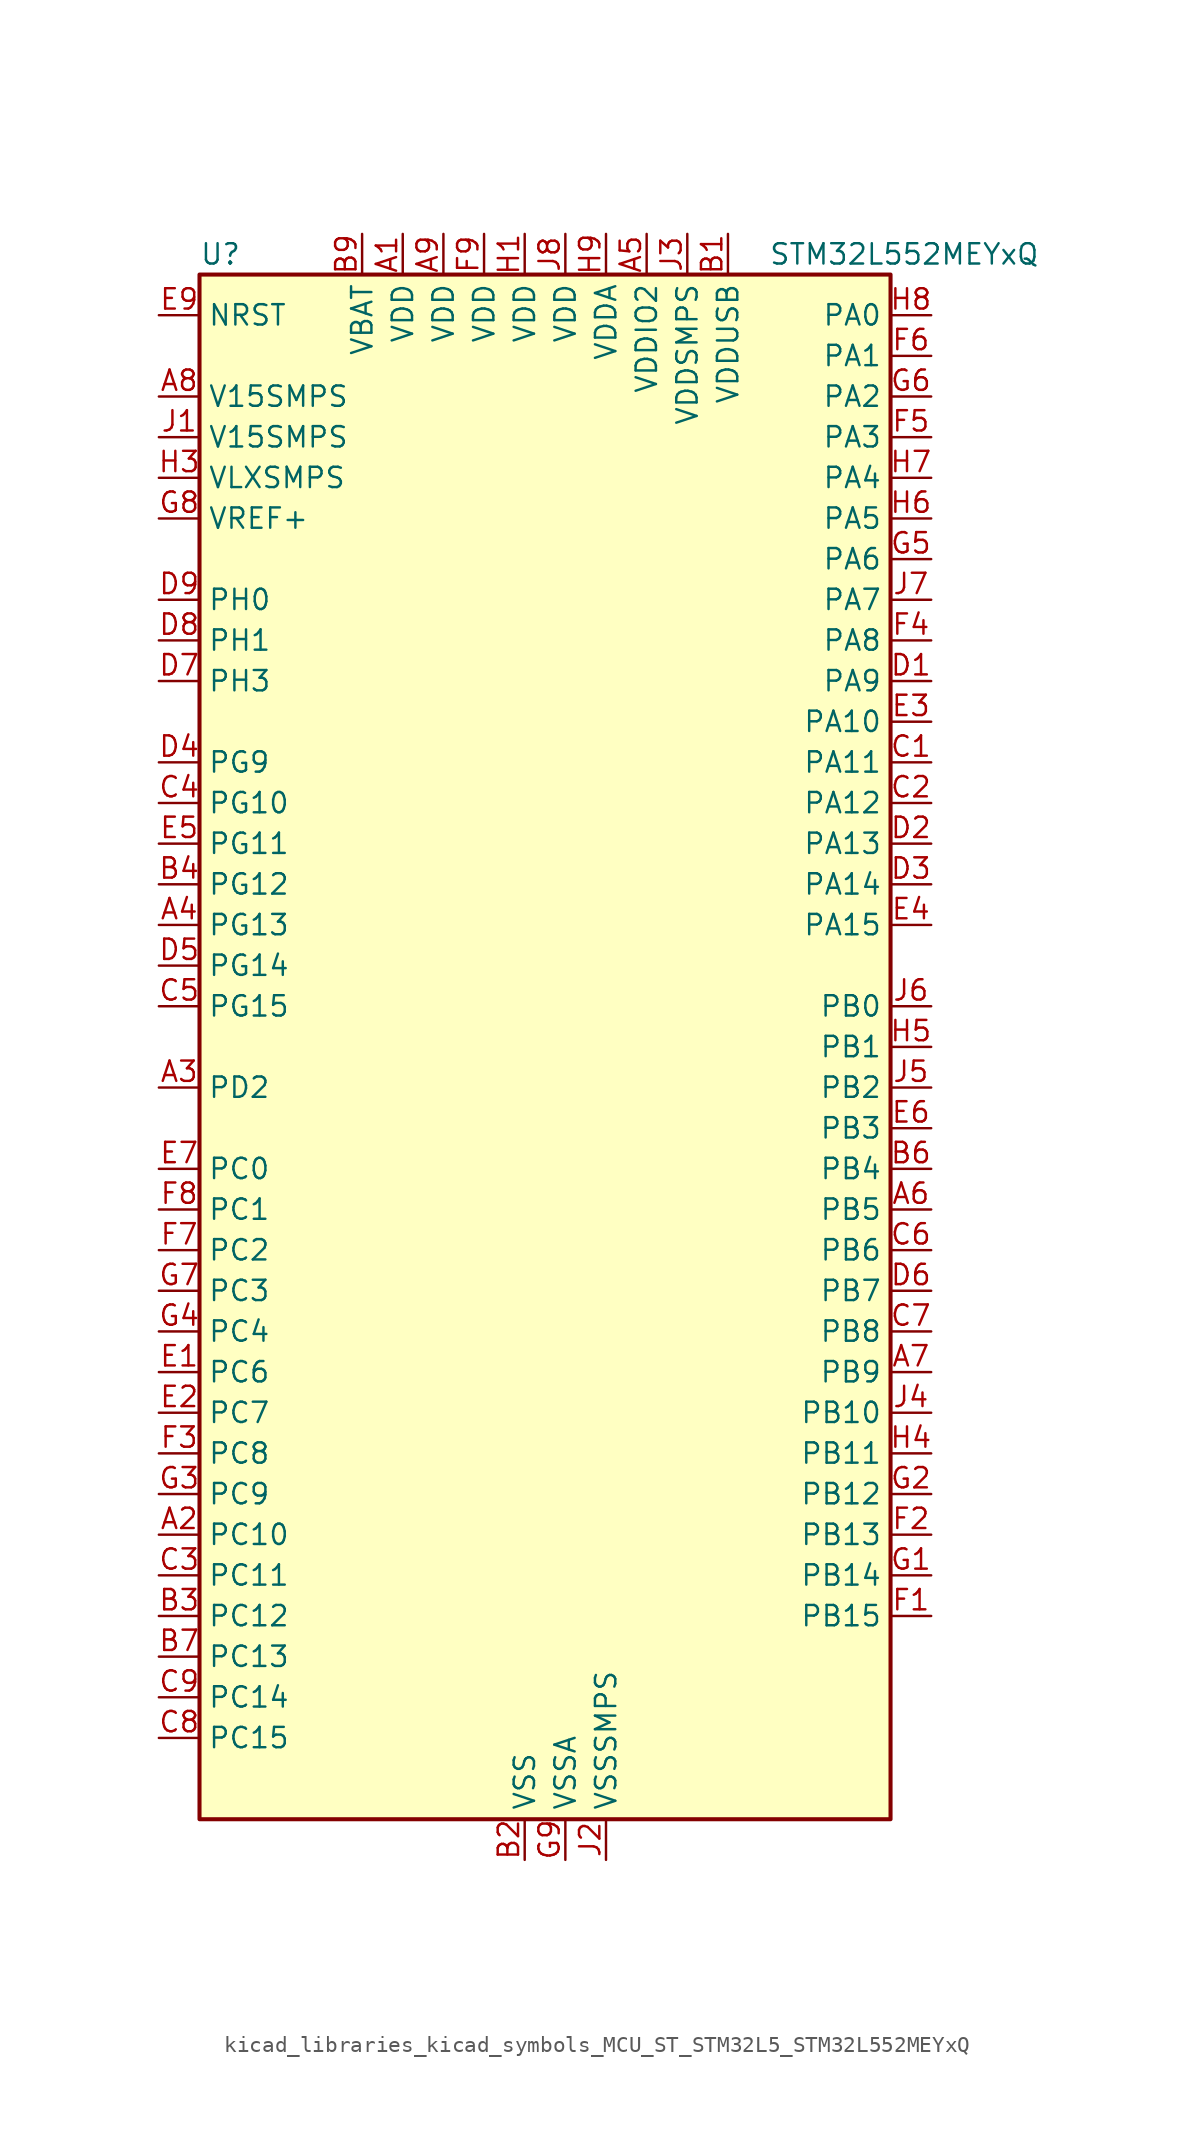
<source format=kicad_sym>
(kicad_symbol_lib
  (version 20220914)
  (generator kicad_symbol_editor)
  (symbol "kicad_libraries_kicad_symbols_MCU_ST_STM32L5_STM32L552MEYxQ"
    (property "Reference" "U"
      (at -20.32 49.53 0)
      (effects (font (size 1.27 1.27)) (justify left)))
    (property "Value" "STM32L552MEYxQ"
      (at 15.24 49.53 0)
      (effects (font (size 1.27 1.27)) (justify left)))
    (property "ki_locked" ""
      (at 0 0 0)
      (effects (font (size 1.27 1.27))))
    (symbol "kicad_libraries_kicad_symbols_MCU_ST_STM32L5_STM32L552MEYxQ_0_1"
      (rectangle (start -20.32 -48.26) (end 22.86 48.26) (stroke (width 0.254) (type default)) (fill (type background))))
    (symbol "kicad_libraries_kicad_symbols_MCU_ST_STM32L5_STM32L552MEYxQ_1_1"
      (pin power_in line (at -7.62 50.8 270) (length 2.54) (name "VDD" (effects (font (size 1.27 1.27)))) (number "A1" (effects (font (size 1.27 1.27)))))
      (pin bidirectional line (at -22.86 -30.48 0) (length 2.54) (name "PC10" (effects (font (size 1.27 1.27)))) (number "A2" (effects (font (size 1.27 1.27)))) (alternate "DEBUG_TRACED1" bidirectional line) (alternate "LPTIM3_ETR" bidirectional line) (alternate "SAI2_SCK_B" bidirectional line) (alternate "SDMMC1_D2" bidirectional line) (alternate "SPI3_SCK" bidirectional line) (alternate "TSC_G3_IO2" bidirectional line) (alternate "UART4_TX" bidirectional line) (alternate "USART3_TX" bidirectional line))
      (pin bidirectional line (at -22.86 -2.54 0) (length 2.54) (name "PD2" (effects (font (size 1.27 1.27)))) (number "A3" (effects (font (size 1.27 1.27)))) (alternate "DEBUG_TRACED2" bidirectional line) (alternate "SDMMC1_CMD" bidirectional line) (alternate "TIM3_ETR" bidirectional line) (alternate "TSC_SYNC" bidirectional line) (alternate "UART5_RX" bidirectional line) (alternate "USART3_DE" bidirectional line) (alternate "USART3_RTS" bidirectional line))
      (pin bidirectional line (at -22.86 7.62 0) (length 2.54) (name "PG13" (effects (font (size 1.27 1.27)))) (number "A4" (effects (font (size 1.27 1.27)))) (alternate "I2C1_SDA" bidirectional line) (alternate "USART1_CK" bidirectional line))
      (pin power_in line (at 7.62 50.8 270) (length 2.54) (name "VDDIO2" (effects (font (size 1.27 1.27)))) (number "A5" (effects (font (size 1.27 1.27)))))
      (pin bidirectional line (at 25.4 -10.16 180) (length 2.54) (name "PB5" (effects (font (size 1.27 1.27)))) (number "A6" (effects (font (size 1.27 1.27)))) (alternate "COMP2_OUT" bidirectional line) (alternate "I2C1_SMBA" bidirectional line) (alternate "LPTIM1_IN1" bidirectional line) (alternate "OCTOSPI1_NCLK" bidirectional line) (alternate "SAI1_SD_B" bidirectional line) (alternate "SPI1_MOSI" bidirectional line) (alternate "SPI3_MOSI" bidirectional line) (alternate "TIM16_BKIN" bidirectional line) (alternate "TIM3_CH2" bidirectional line) (alternate "TSC_G2_IO2" bidirectional line) (alternate "UART5_CTS" bidirectional line) (alternate "UCPD1_DBCC1" bidirectional line) (alternate "USART1_CK" bidirectional line))
      (pin bidirectional line (at 25.4 -20.32 180) (length 2.54) (name "PB9" (effects (font (size 1.27 1.27)))) (number "A7" (effects (font (size 1.27 1.27)))) (alternate "DAC1_EXTI9" bidirectional line) (alternate "FDCAN1_TX" bidirectional line) (alternate "I2C1_SDA" bidirectional line) (alternate "IR_OUT" bidirectional line) (alternate "SAI1_D2" bidirectional line) (alternate "SAI1_FS_A" bidirectional line) (alternate "SDMMC1_CDIR" bidirectional line) (alternate "SDMMC1_D5" bidirectional line) (alternate "SPI2_NSS" bidirectional line) (alternate "TIM17_CH1" bidirectional line) (alternate "TIM4_CH4" bidirectional line))
      (pin power_in line (at -22.86 40.64 0) (length 2.54) (name "V15SMPS" (effects (font (size 1.27 1.27)))) (number "A8" (effects (font (size 1.27 1.27)))))
      (pin power_in line (at -5.08 50.8 270) (length 2.54) (name "VDD" (effects (font (size 1.27 1.27)))) (number "A9" (effects (font (size 1.27 1.27)))))
      (pin power_in line (at 12.7 50.8 270) (length 2.54) (name "VDDUSB" (effects (font (size 1.27 1.27)))) (number "B1" (effects (font (size 1.27 1.27)))))
      (pin power_in line (at 0 -50.8 90) (length 2.54) (name "VSS" (effects (font (size 1.27 1.27)))) (number "B2" (effects (font (size 1.27 1.27)))))
      (pin bidirectional line (at -22.86 -35.56 0) (length 2.54) (name "PC12" (effects (font (size 1.27 1.27)))) (number "B3" (effects (font (size 1.27 1.27)))) (alternate "DEBUG_TRACED3" bidirectional line) (alternate "SAI2_SD_B" bidirectional line) (alternate "SDMMC1_CK" bidirectional line) (alternate "SPI3_MOSI" bidirectional line) (alternate "TSC_G3_IO4" bidirectional line) (alternate "UART5_TX" bidirectional line) (alternate "USART3_CK" bidirectional line))
      (pin bidirectional line (at -22.86 10.16 0) (length 2.54) (name "PG12" (effects (font (size 1.27 1.27)))) (number "B4" (effects (font (size 1.27 1.27)))) (alternate "LPTIM1_ETR" bidirectional line) (alternate "SAI2_SD_A" bidirectional line) (alternate "SPI3_NSS" bidirectional line) (alternate "USART1_DE" bidirectional line) (alternate "USART1_RTS" bidirectional line))
      (pin passive line (at 0 -50.8 90) (length 2.54) hide (name "VSS" (effects (font (size 1.27 1.27)))) (number "B5" (effects (font (size 1.27 1.27)))))
      (pin bidirectional line (at 25.4 -7.62 180) (length 2.54) (name "PB4" (effects (font (size 1.27 1.27)))) (number "B6" (effects (font (size 1.27 1.27)))) (alternate "COMP2_INP" bidirectional line) (alternate "DEBUG_JTRST" bidirectional line) (alternate "I2C3_SDA" bidirectional line) (alternate "SAI1_MCLK_B" bidirectional line) (alternate "SPI1_MISO" bidirectional line) (alternate "SPI3_MISO" bidirectional line) (alternate "TIM17_BKIN" bidirectional line) (alternate "TIM3_CH1" bidirectional line) (alternate "TSC_G2_IO1" bidirectional line) (alternate "UART5_DE" bidirectional line) (alternate "UART5_RTS" bidirectional line) (alternate "USART1_CTS" bidirectional line) (alternate "USART1_NSS" bidirectional line))
      (pin bidirectional line (at -22.86 -38.1 0) (length 2.54) (name "PC13" (effects (font (size 1.27 1.27)))) (number "B7" (effects (font (size 1.27 1.27)))) (alternate "PWR_WKUP2" bidirectional line) (alternate "RTC_OUT1" bidirectional line) (alternate "RTC_TS" bidirectional line) (alternate "TAMP_IN1" bidirectional line) (alternate "TAMP_OUT2" bidirectional line))
      (pin passive line (at 0 -50.8 90) (length 2.54) hide (name "VSS" (effects (font (size 1.27 1.27)))) (number "B8" (effects (font (size 1.27 1.27)))))
      (pin power_in line (at -10.16 50.8 270) (length 2.54) (name "VBAT" (effects (font (size 1.27 1.27)))) (number "B9" (effects (font (size 1.27 1.27)))))
      (pin bidirectional line (at 25.4 17.78 180) (length 2.54) (name "PA11" (effects (font (size 1.27 1.27)))) (number "C1" (effects (font (size 1.27 1.27)))) (alternate "ADC1_EXTI11" bidirectional line) (alternate "ADC2_EXTI11" bidirectional line) (alternate "FDCAN1_RX" bidirectional line) (alternate "SPI1_MISO" bidirectional line) (alternate "TIM1_BKIN2" bidirectional line) (alternate "TIM1_CH4" bidirectional line) (alternate "USART1_CTS" bidirectional line) (alternate "USART1_NSS" bidirectional line) (alternate "USB_DM" bidirectional line))
      (pin bidirectional line (at 25.4 15.24 180) (length 2.54) (name "PA12" (effects (font (size 1.27 1.27)))) (number "C2" (effects (font (size 1.27 1.27)))) (alternate "FDCAN1_TX" bidirectional line) (alternate "SPI1_MOSI" bidirectional line) (alternate "TIM1_ETR" bidirectional line) (alternate "USART1_DE" bidirectional line) (alternate "USART1_RTS" bidirectional line) (alternate "USB_DP" bidirectional line))
      (pin bidirectional line (at -22.86 -33.02 0) (length 2.54) (name "PC11" (effects (font (size 1.27 1.27)))) (number "C3" (effects (font (size 1.27 1.27)))) (alternate "ADC1_EXTI11" bidirectional line) (alternate "ADC2_EXTI11" bidirectional line) (alternate "LPTIM3_IN1" bidirectional line) (alternate "OCTOSPI1_NCS" bidirectional line) (alternate "SAI2_MCLK_B" bidirectional line) (alternate "SDMMC1_D3" bidirectional line) (alternate "SPI3_MISO" bidirectional line) (alternate "TSC_G3_IO3" bidirectional line) (alternate "UART4_RX" bidirectional line) (alternate "UCPD1_FRSTX2" bidirectional line) (alternate "USART3_RX" bidirectional line))
      (pin bidirectional line (at -22.86 15.24 0) (length 2.54) (name "PG10" (effects (font (size 1.27 1.27)))) (number "C4" (effects (font (size 1.27 1.27)))) (alternate "LPTIM1_IN1" bidirectional line) (alternate "SAI2_FS_A" bidirectional line) (alternate "SPI3_MISO" bidirectional line) (alternate "TIM15_CH1" bidirectional line) (alternate "USART1_RX" bidirectional line))
      (pin bidirectional line (at -22.86 2.54 0) (length 2.54) (name "PG15" (effects (font (size 1.27 1.27)))) (number "C5" (effects (font (size 1.27 1.27)))) (alternate "ADC1_EXTI15" bidirectional line) (alternate "ADC2_EXTI15" bidirectional line) (alternate "I2C1_SMBA" bidirectional line) (alternate "LPTIM1_OUT" bidirectional line))
      (pin bidirectional line (at 25.4 -12.7 180) (length 2.54) (name "PB6" (effects (font (size 1.27 1.27)))) (number "C6" (effects (font (size 1.27 1.27)))) (alternate "COMP2_INP" bidirectional line) (alternate "I2C1_SCL" bidirectional line) (alternate "I2C4_SCL" bidirectional line) (alternate "LPTIM1_ETR" bidirectional line) (alternate "SAI1_FS_B" bidirectional line) (alternate "TIM16_CH1N" bidirectional line) (alternate "TIM4_CH1" bidirectional line) (alternate "TIM8_BKIN2" bidirectional line) (alternate "TSC_G2_IO3" bidirectional line) (alternate "USART1_TX" bidirectional line))
      (pin bidirectional line (at 25.4 -17.78 180) (length 2.54) (name "PB8" (effects (font (size 1.27 1.27)))) (number "C7" (effects (font (size 1.27 1.27)))) (alternate "DFSDM1_CKOUT" bidirectional line) (alternate "FDCAN1_RX" bidirectional line) (alternate "I2C1_SCL" bidirectional line) (alternate "SAI1_CK1" bidirectional line) (alternate "SAI1_MCLK_A" bidirectional line) (alternate "SDMMC1_CKIN" bidirectional line) (alternate "SDMMC1_D4" bidirectional line) (alternate "TIM16_CH1" bidirectional line) (alternate "TIM4_CH3" bidirectional line))
      (pin bidirectional line (at -22.86 -43.18 0) (length 2.54) (name "PC15" (effects (font (size 1.27 1.27)))) (number "C8" (effects (font (size 1.27 1.27)))) (alternate "ADC1_EXTI15" bidirectional line) (alternate "ADC2_EXTI15" bidirectional line) (alternate "RCC_OSC32_OUT" bidirectional line))
      (pin bidirectional line (at -22.86 -40.64 0) (length 2.54) (name "PC14" (effects (font (size 1.27 1.27)))) (number "C9" (effects (font (size 1.27 1.27)))) (alternate "RCC_OSC32_IN" bidirectional line))
      (pin bidirectional line (at 25.4 22.86 180) (length 2.54) (name "PA9" (effects (font (size 1.27 1.27)))) (number "D1" (effects (font (size 1.27 1.27)))) (alternate "DAC1_EXTI9" bidirectional line) (alternate "SAI1_FS_A" bidirectional line) (alternate "SPI2_SCK" bidirectional line) (alternate "TIM15_BKIN" bidirectional line) (alternate "TIM1_CH2" bidirectional line) (alternate "USART1_TX" bidirectional line))
      (pin bidirectional line (at 25.4 12.7 180) (length 2.54) (name "PA13" (effects (font (size 1.27 1.27)))) (number "D2" (effects (font (size 1.27 1.27)))) (alternate "DEBUG_JTMS-SWDIO" bidirectional line) (alternate "IR_OUT" bidirectional line) (alternate "SAI1_SD_B" bidirectional line) (alternate "USB_NOE" bidirectional line))
      (pin bidirectional line (at 25.4 10.16 180) (length 2.54) (name "PA14" (effects (font (size 1.27 1.27)))) (number "D3" (effects (font (size 1.27 1.27)))) (alternate "DEBUG_JTCK-SWCLK" bidirectional line) (alternate "I2C1_SMBA" bidirectional line) (alternate "I2C4_SMBA" bidirectional line) (alternate "LPTIM1_OUT" bidirectional line) (alternate "SAI1_FS_B" bidirectional line))
      (pin bidirectional line (at -22.86 17.78 0) (length 2.54) (name "PG9" (effects (font (size 1.27 1.27)))) (number "D4" (effects (font (size 1.27 1.27)))) (alternate "DAC1_EXTI9" bidirectional line) (alternate "SAI2_SCK_A" bidirectional line) (alternate "SPI3_SCK" bidirectional line) (alternate "TIM15_CH1N" bidirectional line) (alternate "USART1_TX" bidirectional line))
      (pin bidirectional line (at -22.86 5.08 0) (length 2.54) (name "PG14" (effects (font (size 1.27 1.27)))) (number "D5" (effects (font (size 1.27 1.27)))) (alternate "I2C1_SCL" bidirectional line))
      (pin bidirectional line (at 25.4 -15.24 180) (length 2.54) (name "PB7" (effects (font (size 1.27 1.27)))) (number "D6" (effects (font (size 1.27 1.27)))) (alternate "COMP2_INM" bidirectional line) (alternate "I2C1_SDA" bidirectional line) (alternate "I2C4_SDA" bidirectional line) (alternate "LPTIM1_IN2" bidirectional line) (alternate "PWR_PVD_IN" bidirectional line) (alternate "TIM17_CH1N" bidirectional line) (alternate "TIM4_CH2" bidirectional line) (alternate "TIM8_BKIN" bidirectional line) (alternate "TSC_G2_IO4" bidirectional line) (alternate "UART4_CTS" bidirectional line) (alternate "USART1_RX" bidirectional line))
      (pin bidirectional line (at -22.86 22.86 0) (length 2.54) (name "PH3" (effects (font (size 1.27 1.27)))) (number "D7" (effects (font (size 1.27 1.27)))))
      (pin bidirectional line (at -22.86 25.4 0) (length 2.54) (name "PH1" (effects (font (size 1.27 1.27)))) (number "D8" (effects (font (size 1.27 1.27)))) (alternate "RCC_OSC_OUT" bidirectional line))
      (pin bidirectional line (at -22.86 27.94 0) (length 2.54) (name "PH0" (effects (font (size 1.27 1.27)))) (number "D9" (effects (font (size 1.27 1.27)))) (alternate "RCC_OSC_IN" bidirectional line))
      (pin bidirectional line (at -22.86 -20.32 0) (length 2.54) (name "PC6" (effects (font (size 1.27 1.27)))) (number "E1" (effects (font (size 1.27 1.27)))) (alternate "DFSDM1_CKIN3" bidirectional line) (alternate "SAI2_MCLK_A" bidirectional line) (alternate "SDMMC1_D0DIR" bidirectional line) (alternate "SDMMC1_D6" bidirectional line) (alternate "TIM3_CH1" bidirectional line) (alternate "TIM8_CH1" bidirectional line) (alternate "TSC_G4_IO1" bidirectional line))
      (pin bidirectional line (at -22.86 -22.86 0) (length 2.54) (name "PC7" (effects (font (size 1.27 1.27)))) (number "E2" (effects (font (size 1.27 1.27)))) (alternate "DFSDM1_DATIN3" bidirectional line) (alternate "SAI2_MCLK_B" bidirectional line) (alternate "SDMMC1_D123DIR" bidirectional line) (alternate "SDMMC1_D7" bidirectional line) (alternate "TIM3_CH2" bidirectional line) (alternate "TIM8_CH2" bidirectional line) (alternate "TSC_G4_IO2" bidirectional line))
      (pin bidirectional line (at 25.4 20.32 180) (length 2.54) (name "PA10" (effects (font (size 1.27 1.27)))) (number "E3" (effects (font (size 1.27 1.27)))) (alternate "CRS_SYNC" bidirectional line) (alternate "SAI1_D1" bidirectional line) (alternate "SAI1_SD_A" bidirectional line) (alternate "TIM17_BKIN" bidirectional line) (alternate "TIM1_CH3" bidirectional line) (alternate "USART1_RX" bidirectional line))
      (pin bidirectional line (at 25.4 7.62 180) (length 2.54) (name "PA15" (effects (font (size 1.27 1.27)))) (number "E4" (effects (font (size 1.27 1.27)))) (alternate "ADC1_EXTI15" bidirectional line) (alternate "ADC2_EXTI15" bidirectional line) (alternate "DEBUG_JTDI" bidirectional line) (alternate "SAI2_FS_B" bidirectional line) (alternate "SPI1_NSS" bidirectional line) (alternate "SPI3_NSS" bidirectional line) (alternate "TIM2_CH1" bidirectional line) (alternate "TIM2_ETR" bidirectional line) (alternate "UART4_DE" bidirectional line) (alternate "UART4_RTS" bidirectional line) (alternate "UCPD1_CC1" bidirectional line) (alternate "USART2_RX" bidirectional line) (alternate "USART3_DE" bidirectional line) (alternate "USART3_RTS" bidirectional line))
      (pin bidirectional line (at -22.86 12.7 0) (length 2.54) (name "PG11" (effects (font (size 1.27 1.27)))) (number "E5" (effects (font (size 1.27 1.27)))) (alternate "ADC1_EXTI11" bidirectional line) (alternate "ADC2_EXTI11" bidirectional line) (alternate "LPTIM1_IN2" bidirectional line) (alternate "OCTOSPI1_IO5" bidirectional line) (alternate "SAI2_MCLK_A" bidirectional line) (alternate "SPI3_MOSI" bidirectional line) (alternate "TIM15_CH2" bidirectional line) (alternate "USART1_CTS" bidirectional line) (alternate "USART1_NSS" bidirectional line))
      (pin bidirectional line (at 25.4 -5.08 180) (length 2.54) (name "PB3" (effects (font (size 1.27 1.27)))) (number "E6" (effects (font (size 1.27 1.27)))) (alternate "COMP2_INM" bidirectional line) (alternate "CRS_SYNC" bidirectional line) (alternate "DEBUG_JTDO-SWO" bidirectional line) (alternate "SAI1_SCK_B" bidirectional line) (alternate "SPI1_SCK" bidirectional line) (alternate "SPI3_SCK" bidirectional line) (alternate "TIM2_CH2" bidirectional line) (alternate "USART1_DE" bidirectional line) (alternate "USART1_RTS" bidirectional line))
      (pin bidirectional line (at -22.86 -7.62 0) (length 2.54) (name "PC0" (effects (font (size 1.27 1.27)))) (number "E7" (effects (font (size 1.27 1.27)))) (alternate "ADC1_IN1" bidirectional line) (alternate "ADC2_IN1" bidirectional line) (alternate "I2C3_SCL" bidirectional line) (alternate "LPTIM1_IN1" bidirectional line) (alternate "LPTIM2_IN1" bidirectional line) (alternate "LPUART1_RX" bidirectional line) (alternate "OCTOSPI1_IO7" bidirectional line) (alternate "SAI2_FS_A" bidirectional line) (alternate "SDMMC1_D5" bidirectional line))
      (pin passive line (at 0 -50.8 90) (length 2.54) hide (name "VSS" (effects (font (size 1.27 1.27)))) (number "E8" (effects (font (size 1.27 1.27)))))
      (pin input line (at -22.86 45.72 0) (length 2.54) (name "NRST" (effects (font (size 1.27 1.27)))) (number "E9" (effects (font (size 1.27 1.27)))))
      (pin bidirectional line (at 25.4 -35.56 180) (length 2.54) (name "PB15" (effects (font (size 1.27 1.27)))) (number "F1" (effects (font (size 1.27 1.27)))) (alternate "ADC1_EXTI15" bidirectional line) (alternate "ADC2_EXTI15" bidirectional line) (alternate "DFSDM1_CKIN2" bidirectional line) (alternate "RTC_REFIN" bidirectional line) (alternate "SAI2_SD_A" bidirectional line) (alternate "SPI2_MOSI" bidirectional line) (alternate "TIM15_CH2" bidirectional line) (alternate "TIM1_CH3N" bidirectional line) (alternate "TIM8_CH3N" bidirectional line) (alternate "UCPD1_CC2" bidirectional line))
      (pin bidirectional line (at 25.4 -30.48 180) (length 2.54) (name "PB13" (effects (font (size 1.27 1.27)))) (number "F2" (effects (font (size 1.27 1.27)))) (alternate "DFSDM1_CKIN1" bidirectional line) (alternate "I2C2_SCL" bidirectional line) (alternate "LPTIM3_IN1" bidirectional line) (alternate "LPUART1_CTS" bidirectional line) (alternate "SAI2_SCK_A" bidirectional line) (alternate "SPI2_SCK" bidirectional line) (alternate "TIM15_CH1N" bidirectional line) (alternate "TIM1_CH1N" bidirectional line) (alternate "TSC_G1_IO2" bidirectional line) (alternate "UCPD1_FRSTX2" bidirectional line) (alternate "USART3_CTS" bidirectional line) (alternate "USART3_NSS" bidirectional line))
      (pin bidirectional line (at -22.86 -25.4 0) (length 2.54) (name "PC8" (effects (font (size 1.27 1.27)))) (number "F3" (effects (font (size 1.27 1.27)))) (alternate "SDMMC1_D0" bidirectional line) (alternate "TIM3_CH3" bidirectional line) (alternate "TIM8_CH3" bidirectional line) (alternate "TSC_G4_IO3" bidirectional line))
      (pin bidirectional line (at 25.4 25.4 180) (length 2.54) (name "PA8" (effects (font (size 1.27 1.27)))) (number "F4" (effects (font (size 1.27 1.27)))) (alternate "LPTIM2_OUT" bidirectional line) (alternate "RCC_MCO" bidirectional line) (alternate "SAI1_CK2" bidirectional line) (alternate "SAI1_SCK_A" bidirectional line) (alternate "TIM1_CH1" bidirectional line) (alternate "USART1_CK" bidirectional line))
      (pin bidirectional line (at 25.4 38.1 180) (length 2.54) (name "PA3" (effects (font (size 1.27 1.27)))) (number "F5" (effects (font (size 1.27 1.27)))) (alternate "ADC1_IN8" bidirectional line) (alternate "ADC2_IN8" bidirectional line) (alternate "LPUART1_RX" bidirectional line) (alternate "OCTOSPI1_CLK" bidirectional line) (alternate "OPAMP1_VOUT" bidirectional line) (alternate "SAI1_CK1" bidirectional line) (alternate "SAI1_MCLK_A" bidirectional line) (alternate "TIM15_CH2" bidirectional line) (alternate "TIM2_CH4" bidirectional line) (alternate "TIM5_CH4" bidirectional line) (alternate "USART2_RX" bidirectional line))
      (pin bidirectional line (at 25.4 43.18 180) (length 2.54) (name "PA1" (effects (font (size 1.27 1.27)))) (number "F6" (effects (font (size 1.27 1.27)))) (alternate "ADC1_IN6" bidirectional line) (alternate "ADC2_IN6" bidirectional line) (alternate "I2C1_SMBA" bidirectional line) (alternate "OCTOSPI1_DQS" bidirectional line) (alternate "OPAMP1_VINM" bidirectional line) (alternate "SPI1_SCK" bidirectional line) (alternate "TAMP_IN5" bidirectional line) (alternate "TAMP_OUT4" bidirectional line) (alternate "TIM15_CH1N" bidirectional line) (alternate "TIM2_CH2" bidirectional line) (alternate "TIM5_CH2" bidirectional line) (alternate "UART4_RX" bidirectional line) (alternate "USART2_DE" bidirectional line) (alternate "USART2_RTS" bidirectional line))
      (pin bidirectional line (at -22.86 -12.7 0) (length 2.54) (name "PC2" (effects (font (size 1.27 1.27)))) (number "F7" (effects (font (size 1.27 1.27)))) (alternate "ADC1_IN3" bidirectional line) (alternate "ADC2_IN3" bidirectional line) (alternate "DFSDM1_CKOUT" bidirectional line) (alternate "LPTIM1_IN2" bidirectional line) (alternate "OCTOSPI1_IO5" bidirectional line) (alternate "SPI2_MISO" bidirectional line))
      (pin bidirectional line (at -22.86 -10.16 0) (length 2.54) (name "PC1" (effects (font (size 1.27 1.27)))) (number "F8" (effects (font (size 1.27 1.27)))) (alternate "ADC1_IN2" bidirectional line) (alternate "ADC2_IN2" bidirectional line) (alternate "DEBUG_TRACED0" bidirectional line) (alternate "I2C3_SDA" bidirectional line) (alternate "LPTIM1_OUT" bidirectional line) (alternate "LPUART1_TX" bidirectional line) (alternate "OCTOSPI1_IO4" bidirectional line) (alternate "SAI1_SD_A" bidirectional line) (alternate "SPI2_MOSI" bidirectional line))
      (pin power_in line (at -2.54 50.8 270) (length 2.54) (name "VDD" (effects (font (size 1.27 1.27)))) (number "F9" (effects (font (size 1.27 1.27)))))
      (pin bidirectional line (at 25.4 -33.02 180) (length 2.54) (name "PB14" (effects (font (size 1.27 1.27)))) (number "G1" (effects (font (size 1.27 1.27)))) (alternate "DFSDM1_DATIN2" bidirectional line) (alternate "I2C2_SDA" bidirectional line) (alternate "LPTIM3_ETR" bidirectional line) (alternate "SAI2_MCLK_A" bidirectional line) (alternate "SPI2_MISO" bidirectional line) (alternate "TIM15_CH1" bidirectional line) (alternate "TIM1_CH2N" bidirectional line) (alternate "TIM8_CH2N" bidirectional line) (alternate "TSC_G1_IO3" bidirectional line) (alternate "UCPD1_DBCC2" bidirectional line) (alternate "USART3_DE" bidirectional line) (alternate "USART3_RTS" bidirectional line))
      (pin bidirectional line (at 25.4 -27.94 180) (length 2.54) (name "PB12" (effects (font (size 1.27 1.27)))) (number "G2" (effects (font (size 1.27 1.27)))) (alternate "DFSDM1_DATIN1" bidirectional line) (alternate "I2C2_SMBA" bidirectional line) (alternate "LPUART1_DE" bidirectional line) (alternate "LPUART1_RTS" bidirectional line) (alternate "OCTOSPI1_NCLK" bidirectional line) (alternate "SAI2_FS_A" bidirectional line) (alternate "SPI2_NSS" bidirectional line) (alternate "TIM15_BKIN" bidirectional line) (alternate "TIM1_BKIN" bidirectional line) (alternate "TSC_G1_IO1" bidirectional line) (alternate "USART3_CK" bidirectional line))
      (pin bidirectional line (at -22.86 -27.94 0) (length 2.54) (name "PC9" (effects (font (size 1.27 1.27)))) (number "G3" (effects (font (size 1.27 1.27)))) (alternate "DAC1_EXTI9" bidirectional line) (alternate "DEBUG_TRACED0" bidirectional line) (alternate "SAI2_EXTCLK" bidirectional line) (alternate "SDMMC1_D1" bidirectional line) (alternate "TIM3_CH4" bidirectional line) (alternate "TIM8_BKIN2" bidirectional line) (alternate "TIM8_CH4" bidirectional line) (alternate "TSC_G4_IO4" bidirectional line) (alternate "USB_NOE" bidirectional line))
      (pin bidirectional line (at -22.86 -17.78 0) (length 2.54) (name "PC4" (effects (font (size 1.27 1.27)))) (number "G4" (effects (font (size 1.27 1.27)))) (alternate "ADC1_IN13" bidirectional line) (alternate "ADC2_IN13" bidirectional line) (alternate "COMP1_INM" bidirectional line) (alternate "OCTOSPI1_IO7" bidirectional line) (alternate "USART3_TX" bidirectional line))
      (pin bidirectional line (at 25.4 30.48 180) (length 2.54) (name "PA6" (effects (font (size 1.27 1.27)))) (number "G5" (effects (font (size 1.27 1.27)))) (alternate "ADC1_IN11" bidirectional line) (alternate "ADC2_IN11" bidirectional line) (alternate "LPUART1_CTS" bidirectional line) (alternate "OCTOSPI1_IO3" bidirectional line) (alternate "OPAMP2_VINP" bidirectional line) (alternate "SPI1_MISO" bidirectional line) (alternate "TIM16_CH1" bidirectional line) (alternate "TIM1_BKIN" bidirectional line) (alternate "TIM3_CH1" bidirectional line) (alternate "TIM8_BKIN" bidirectional line) (alternate "USART3_CTS" bidirectional line) (alternate "USART3_NSS" bidirectional line))
      (pin bidirectional line (at 25.4 40.64 180) (length 2.54) (name "PA2" (effects (font (size 1.27 1.27)))) (number "G6" (effects (font (size 1.27 1.27)))) (alternate "ADC1_IN7" bidirectional line) (alternate "ADC2_IN7" bidirectional line) (alternate "COMP1_INP" bidirectional line) (alternate "LPUART1_TX" bidirectional line) (alternate "OCTOSPI1_NCS" bidirectional line) (alternate "PWR_WKUP4" bidirectional line) (alternate "RCC_LSCO" bidirectional line) (alternate "SAI2_EXTCLK" bidirectional line) (alternate "TIM15_CH1" bidirectional line) (alternate "TIM2_CH3" bidirectional line) (alternate "TIM5_CH3" bidirectional line) (alternate "UCPD1_FRSTX1" bidirectional line) (alternate "USART2_TX" bidirectional line))
      (pin bidirectional line (at -22.86 -15.24 0) (length 2.54) (name "PC3" (effects (font (size 1.27 1.27)))) (number "G7" (effects (font (size 1.27 1.27)))) (alternate "ADC1_IN4" bidirectional line) (alternate "ADC2_IN4" bidirectional line) (alternate "LPTIM1_ETR" bidirectional line) (alternate "LPTIM2_ETR" bidirectional line) (alternate "LPTIM3_OUT" bidirectional line) (alternate "OCTOSPI1_IO6" bidirectional line) (alternate "SAI1_D1" bidirectional line) (alternate "SAI1_SD_A" bidirectional line) (alternate "SPI2_MOSI" bidirectional line))
      (pin input line (at -22.86 33.02 0) (length 2.54) (name "VREF+" (effects (font (size 1.27 1.27)))) (number "G8" (effects (font (size 1.27 1.27)))))
      (pin power_in line (at 2.54 -50.8 90) (length 2.54) (name "VSSA" (effects (font (size 1.27 1.27)))) (number "G9" (effects (font (size 1.27 1.27)))))
      (pin power_in line (at 0 50.8 270) (length 2.54) (name "VDD" (effects (font (size 1.27 1.27)))) (number "H1" (effects (font (size 1.27 1.27)))))
      (pin passive line (at 0 -50.8 90) (length 2.54) hide (name "VSS" (effects (font (size 1.27 1.27)))) (number "H2" (effects (font (size 1.27 1.27)))))
      (pin power_in line (at -22.86 35.56 0) (length 2.54) (name "VLXSMPS" (effects (font (size 1.27 1.27)))) (number "H3" (effects (font (size 1.27 1.27)))))
      (pin bidirectional line (at 25.4 -25.4 180) (length 2.54) (name "PB11" (effects (font (size 1.27 1.27)))) (number "H4" (effects (font (size 1.27 1.27)))) (alternate "ADC1_EXTI11" bidirectional line) (alternate "ADC2_EXTI11" bidirectional line) (alternate "COMP2_OUT" bidirectional line) (alternate "I2C2_SDA" bidirectional line) (alternate "I2C4_SDA" bidirectional line) (alternate "LPUART1_TX" bidirectional line) (alternate "OCTOSPI1_NCS" bidirectional line) (alternate "TIM2_CH4" bidirectional line) (alternate "USART3_RX" bidirectional line))
      (pin bidirectional line (at 25.4 0 180) (length 2.54) (name "PB1" (effects (font (size 1.27 1.27)))) (number "H5" (effects (font (size 1.27 1.27)))) (alternate "ADC1_IN16" bidirectional line) (alternate "ADC2_IN16" bidirectional line) (alternate "COMP1_INM" bidirectional line) (alternate "DFSDM1_DATIN0" bidirectional line) (alternate "LPTIM2_IN1" bidirectional line) (alternate "LPUART1_DE" bidirectional line) (alternate "LPUART1_RTS" bidirectional line) (alternate "OCTOSPI1_IO0" bidirectional line) (alternate "TIM1_CH3N" bidirectional line) (alternate "TIM3_CH4" bidirectional line) (alternate "TIM8_CH3N" bidirectional line) (alternate "USART3_DE" bidirectional line) (alternate "USART3_RTS" bidirectional line))
      (pin bidirectional line (at 25.4 33.02 180) (length 2.54) (name "PA5" (effects (font (size 1.27 1.27)))) (number "H6" (effects (font (size 1.27 1.27)))) (alternate "ADC1_IN10" bidirectional line) (alternate "ADC2_IN10" bidirectional line) (alternate "DAC1_OUT2" bidirectional line) (alternate "LPTIM2_ETR" bidirectional line) (alternate "SPI1_SCK" bidirectional line) (alternate "TIM2_CH1" bidirectional line) (alternate "TIM2_ETR" bidirectional line) (alternate "TIM8_CH1N" bidirectional line))
      (pin bidirectional line (at 25.4 35.56 180) (length 2.54) (name "PA4" (effects (font (size 1.27 1.27)))) (number "H7" (effects (font (size 1.27 1.27)))) (alternate "ADC1_IN9" bidirectional line) (alternate "ADC2_IN9" bidirectional line) (alternate "DAC1_OUT1" bidirectional line) (alternate "LPTIM2_OUT" bidirectional line) (alternate "OCTOSPI1_NCS" bidirectional line) (alternate "SAI1_FS_B" bidirectional line) (alternate "SPI1_NSS" bidirectional line) (alternate "SPI3_NSS" bidirectional line) (alternate "USART2_CK" bidirectional line))
      (pin bidirectional line (at 25.4 45.72 180) (length 2.54) (name "PA0" (effects (font (size 1.27 1.27)))) (number "H8" (effects (font (size 1.27 1.27)))) (alternate "ADC1_IN5" bidirectional line) (alternate "ADC2_IN5" bidirectional line) (alternate "OPAMP1_VINP" bidirectional line) (alternate "PWR_WKUP1" bidirectional line) (alternate "SAI1_EXTCLK" bidirectional line) (alternate "TAMP_IN2" bidirectional line) (alternate "TAMP_OUT1" bidirectional line) (alternate "TIM2_CH1" bidirectional line) (alternate "TIM2_ETR" bidirectional line) (alternate "TIM5_CH1" bidirectional line) (alternate "TIM8_ETR" bidirectional line) (alternate "UART4_TX" bidirectional line) (alternate "USART2_CTS" bidirectional line) (alternate "USART2_NSS" bidirectional line))
      (pin power_in line (at 5.08 50.8 270) (length 2.54) (name "VDDA" (effects (font (size 1.27 1.27)))) (number "H9" (effects (font (size 1.27 1.27)))))
      (pin power_in line (at -22.86 38.1 0) (length 2.54) (name "V15SMPS" (effects (font (size 1.27 1.27)))) (number "J1" (effects (font (size 1.27 1.27)))))
      (pin power_in line (at 5.08 -50.8 90) (length 2.54) (name "VSSSMPS" (effects (font (size 1.27 1.27)))) (number "J2" (effects (font (size 1.27 1.27)))))
      (pin power_in line (at 10.16 50.8 270) (length 2.54) (name "VDDSMPS" (effects (font (size 1.27 1.27)))) (number "J3" (effects (font (size 1.27 1.27)))))
      (pin bidirectional line (at 25.4 -22.86 180) (length 2.54) (name "PB10" (effects (font (size 1.27 1.27)))) (number "J4" (effects (font (size 1.27 1.27)))) (alternate "COMP1_OUT" bidirectional line) (alternate "I2C2_SCL" bidirectional line) (alternate "I2C4_SCL" bidirectional line) (alternate "LPTIM3_OUT" bidirectional line) (alternate "LPUART1_RX" bidirectional line) (alternate "OCTOSPI1_CLK" bidirectional line) (alternate "SAI1_SCK_A" bidirectional line) (alternate "SPI2_SCK" bidirectional line) (alternate "TIM2_CH3" bidirectional line) (alternate "TSC_SYNC" bidirectional line) (alternate "USART3_TX" bidirectional line))
      (pin bidirectional line (at 25.4 -2.54 180) (length 2.54) (name "PB2" (effects (font (size 1.27 1.27)))) (number "J5" (effects (font (size 1.27 1.27)))) (alternate "COMP1_INP" bidirectional line) (alternate "DFSDM1_CKIN0" bidirectional line) (alternate "I2C3_SMBA" bidirectional line) (alternate "LPTIM1_OUT" bidirectional line) (alternate "OCTOSPI1_DQS" bidirectional line) (alternate "RTC_OUT2" bidirectional line) (alternate "UCPD1_FRSTX1" bidirectional line))
      (pin bidirectional line (at 25.4 2.54 180) (length 2.54) (name "PB0" (effects (font (size 1.27 1.27)))) (number "J6" (effects (font (size 1.27 1.27)))) (alternate "ADC1_IN15" bidirectional line) (alternate "ADC2_IN15" bidirectional line) (alternate "COMP1_OUT" bidirectional line) (alternate "OCTOSPI1_IO1" bidirectional line) (alternate "OPAMP2_VOUT" bidirectional line) (alternate "SAI1_EXTCLK" bidirectional line) (alternate "SPI1_NSS" bidirectional line) (alternate "TIM1_CH2N" bidirectional line) (alternate "TIM3_CH3" bidirectional line) (alternate "TIM8_CH2N" bidirectional line) (alternate "USART3_CK" bidirectional line))
      (pin bidirectional line (at 25.4 27.94 180) (length 2.54) (name "PA7" (effects (font (size 1.27 1.27)))) (number "J7" (effects (font (size 1.27 1.27)))) (alternate "ADC1_IN12" bidirectional line) (alternate "ADC2_IN12" bidirectional line) (alternate "I2C3_SCL" bidirectional line) (alternate "OCTOSPI1_IO2" bidirectional line) (alternate "OPAMP2_VINM" bidirectional line) (alternate "SPI1_MOSI" bidirectional line) (alternate "TIM17_CH1" bidirectional line) (alternate "TIM1_CH1N" bidirectional line) (alternate "TIM3_CH2" bidirectional line) (alternate "TIM8_CH1N" bidirectional line))
      (pin power_in line (at 2.54 50.8 270) (length 2.54) (name "VDD" (effects (font (size 1.27 1.27)))) (number "J8" (effects (font (size 1.27 1.27)))))
      (pin passive line (at 0 -50.8 90) (length 2.54) hide (name "VSS" (effects (font (size 1.27 1.27)))) (number "J9" (effects (font (size 1.27 1.27))))))))
</source>
